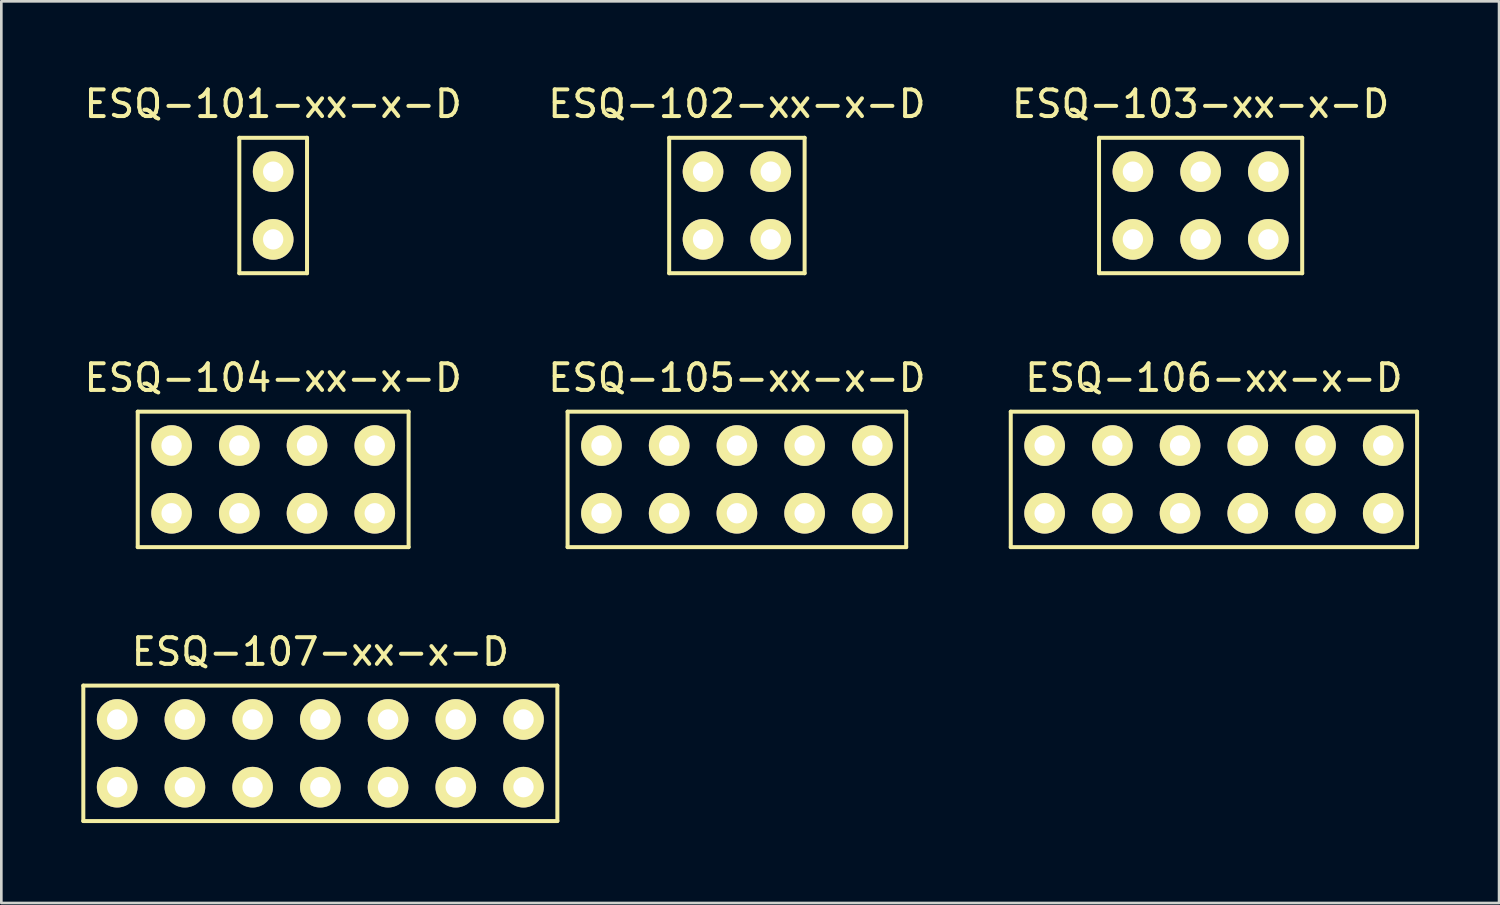
<source format=kicad_pcb>
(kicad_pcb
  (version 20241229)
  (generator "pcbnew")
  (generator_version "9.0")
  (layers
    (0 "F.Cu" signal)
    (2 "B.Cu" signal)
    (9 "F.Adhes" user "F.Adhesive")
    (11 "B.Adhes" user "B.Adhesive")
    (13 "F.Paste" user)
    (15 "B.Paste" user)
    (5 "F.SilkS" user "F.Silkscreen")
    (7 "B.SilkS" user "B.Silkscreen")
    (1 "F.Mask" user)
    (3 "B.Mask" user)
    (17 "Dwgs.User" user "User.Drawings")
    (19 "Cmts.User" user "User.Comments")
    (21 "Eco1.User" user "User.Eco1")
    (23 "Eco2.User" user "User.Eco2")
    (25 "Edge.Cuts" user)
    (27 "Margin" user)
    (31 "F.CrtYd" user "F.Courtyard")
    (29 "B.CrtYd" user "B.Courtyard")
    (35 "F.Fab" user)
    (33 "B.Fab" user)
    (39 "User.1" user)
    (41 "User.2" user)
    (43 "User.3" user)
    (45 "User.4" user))
  (footprint "ESQ-103-xx-x-D"
    (layer "F.Cu")
    (at 41.982 4.658)
    (property "Reference" "ESQ-103-xx-x-D" (at 0 -3.81 0) (layer "F.SilkS") (effects (font (size 1 1) (thickness 0.15))))
    (attr through_hole)
    (fp_line (start -3.81 -2.54) (end 3.81 -2.54) (stroke (width 0.15) (type solid)) (layer "F.SilkS"))
    (fp_line (start -3.81 2.54) (end -3.81 -2.54) (stroke (width 0.15) (type solid)) (layer "F.SilkS"))
    (fp_line (start 3.81 -2.54) (end 3.81 2.54) (stroke (width 0.15) (type solid)) (layer "F.SilkS"))
    (fp_line (start 3.81 2.54) (end -3.81 2.54) (stroke (width 0.15) (type solid)) (layer "F.SilkS"))
    (pad "1" thru_hole circle (at -2.54 -1.27) (size 1.524 1.524) (drill 0.762) (layers "*.Mask" "B.Cu" "F.SilkS"))
    (pad "2" thru_hole circle (at -2.54 1.27) (size 1.524 1.524) (drill 0.762) (layers "*.Mask" "B.Cu" "F.SilkS"))
    (pad "3" thru_hole circle (at 0 -1.27) (size 1.524 1.524) (drill 0.762) (layers "*.Mask" "B.Cu" "F.SilkS"))
    (pad "4" thru_hole circle (at 0 1.27) (size 1.524 1.524) (drill 0.762) (layers "*.Mask" "B.Cu" "F.SilkS"))
    (pad "5" thru_hole circle (at 2.54 -1.27) (size 1.524 1.524) (drill 0.762) (layers "*.Mask" "B.Cu" "F.SilkS"))
    (pad "6" thru_hole circle (at 2.54 1.27) (size 1.524 1.524) (drill 0.762) (layers "*.Mask" "B.Cu" "F.SilkS")))
  (footprint "ESQ-107-xx-x-D"
    (layer "F.Cu")
    (at 8.965 25.205)
    (property "Reference" "ESQ-107-xx-x-D" (at 0 -3.81 0) (layer "F.SilkS") (effects (font (size 1 1) (thickness 0.15))))
    (attr through_hole)
    (fp_line (start -8.89 -2.54) (end 8.89 -2.54) (stroke (width 0.15) (type solid)) (layer "F.SilkS"))
    (fp_line (start -8.89 2.54) (end -8.89 -2.54) (stroke (width 0.15) (type solid)) (layer "F.SilkS"))
    (fp_line (start 8.89 -2.54) (end 8.89 2.54) (stroke (width 0.15) (type solid)) (layer "F.SilkS"))
    (fp_line (start 8.89 2.54) (end -8.89 2.54) (stroke (width 0.15) (type solid)) (layer "F.SilkS"))
    (pad "1" thru_hole circle (at -7.62 -1.27) (size 1.524 1.524) (drill 0.762) (layers "*.Mask" "B.Cu" "F.SilkS"))
    (pad "2" thru_hole circle (at -7.62 1.27) (size 1.524 1.524) (drill 0.762) (layers "*.Mask" "B.Cu" "F.SilkS"))
    (pad "3" thru_hole circle (at -5.08 -1.27) (size 1.524 1.524) (drill 0.762) (layers "*.Mask" "B.Cu" "F.SilkS"))
    (pad "4" thru_hole circle (at -5.08 1.27) (size 1.524 1.524) (drill 0.762) (layers "*.Mask" "B.Cu" "F.SilkS"))
    (pad "5" thru_hole circle (at -2.54 -1.27) (size 1.524 1.524) (drill 0.762) (layers "*.Mask" "B.Cu" "F.SilkS"))
    (pad "6" thru_hole circle (at -2.54 1.27) (size 1.524 1.524) (drill 0.762) (layers "*.Mask" "B.Cu" "F.SilkS"))
    (pad "7" thru_hole circle (at 0 -1.27) (size 1.524 1.524) (drill 0.762) (layers "*.Mask" "B.Cu" "F.SilkS"))
    (pad "8" thru_hole circle (at 0 1.27) (size 1.524 1.524) (drill 0.762) (layers "*.Mask" "B.Cu" "F.SilkS"))
    (pad "9" thru_hole circle (at 2.54 -1.27) (size 1.524 1.524) (drill 0.762) (layers "*.Mask" "B.Cu" "F.SilkS"))
    (pad "10" thru_hole circle (at 2.54 1.27) (size 1.524 1.524) (drill 0.762) (layers "*.Mask" "B.Cu" "F.SilkS"))
    (pad "11" thru_hole circle (at 5.08 -1.27) (size 1.524 1.524) (drill 0.762) (layers "*.Mask" "B.Cu" "F.SilkS"))
    (pad "12" thru_hole circle (at 5.08 1.27) (size 1.524 1.524) (drill 0.762) (layers "*.Mask" "B.Cu" "F.SilkS"))
    (pad "13" thru_hole circle (at 7.62 -1.27) (size 1.524 1.524) (drill 0.762) (layers "*.Mask" "B.Cu" "F.SilkS"))
    (pad "14" thru_hole circle (at 7.62 1.27) (size 1.524 1.524) (drill 0.762) (layers "*.Mask" "B.Cu" "F.SilkS")))
  (footprint "ESQ-106-xx-x-D"
    (layer "F.Cu")
    (at 42.481 14.931)
    (property "Reference" "ESQ-106-xx-x-D" (at 0 -3.81 0) (layer "F.SilkS") (effects (font (size 1 1) (thickness 0.15))))
    (attr through_hole)
    (fp_line (start -7.62 -2.54) (end 7.62 -2.54) (stroke (width 0.15) (type solid)) (layer "F.SilkS"))
    (fp_line (start -7.62 2.54) (end -7.62 -2.54) (stroke (width 0.15) (type solid)) (layer "F.SilkS"))
    (fp_line (start 7.62 -2.54) (end 7.62 2.54) (stroke (width 0.15) (type solid)) (layer "F.SilkS"))
    (fp_line (start 7.62 2.54) (end -7.62 2.54) (stroke (width 0.15) (type solid)) (layer "F.SilkS"))
    (pad "1" thru_hole circle (at -6.35 -1.27) (size 1.524 1.524) (drill 0.762) (layers "*.Mask" "B.Cu" "F.SilkS"))
    (pad "2" thru_hole circle (at -6.35 1.27) (size 1.524 1.524) (drill 0.762) (layers "*.Mask" "B.Cu" "F.SilkS"))
    (pad "3" thru_hole circle (at -3.81 -1.27) (size 1.524 1.524) (drill 0.762) (layers "*.Mask" "B.Cu" "F.SilkS"))
    (pad "4" thru_hole circle (at -3.81 1.27) (size 1.524 1.524) (drill 0.762) (layers "*.Mask" "B.Cu" "F.SilkS"))
    (pad "5" thru_hole circle (at -1.27 -1.27) (size 1.524 1.524) (drill 0.762) (layers "*.Mask" "B.Cu" "F.SilkS"))
    (pad "6" thru_hole circle (at -1.27 1.27) (size 1.524 1.524) (drill 0.762) (layers "*.Mask" "B.Cu" "F.SilkS"))
    (pad "7" thru_hole circle (at 1.27 -1.27) (size 1.524 1.524) (drill 0.762) (layers "*.Mask" "B.Cu" "F.SilkS"))
    (pad "8" thru_hole circle (at 1.27 1.27) (size 1.524 1.524) (drill 0.762) (layers "*.Mask" "B.Cu" "F.SilkS"))
    (pad "9" thru_hole circle (at 3.81 -1.27) (size 1.524 1.524) (drill 0.762) (layers "*.Mask" "B.Cu" "F.SilkS"))
    (pad "10" thru_hole circle (at 3.81 1.27) (size 1.524 1.524) (drill 0.762) (layers "*.Mask" "B.Cu" "F.SilkS"))
    (pad "11" thru_hole circle (at 6.35 -1.27) (size 1.524 1.524) (drill 0.762) (layers "*.Mask" "B.Cu" "F.SilkS"))
    (pad "12" thru_hole circle (at 6.35 1.27) (size 1.524 1.524) (drill 0.762) (layers "*.Mask" "B.Cu" "F.SilkS")))
  (footprint "ESQ-101-xx-x-D"
    (layer "F.Cu")
    (at 7.196 4.658)
    (property "Reference" "ESQ-101-xx-x-D" (at 0 -3.81 0) (layer "F.SilkS") (effects (font (size 1 1) (thickness 0.15))))
    (attr through_hole)
    (fp_line (start -1.27 -2.54) (end 1.27 -2.54) (stroke (width 0.15) (type solid)) (layer "F.SilkS"))
    (fp_line (start -1.27 2.54) (end -1.27 -2.54) (stroke (width 0.15) (type solid)) (layer "F.SilkS"))
    (fp_line (start 1.27 -2.54) (end 1.27 2.54) (stroke (width 0.15) (type solid)) (layer "F.SilkS"))
    (fp_line (start 1.27 2.54) (end -1.27 2.54) (stroke (width 0.15) (type solid)) (layer "F.SilkS"))
    (pad "1" thru_hole circle (at 0 -1.27) (size 1.524 1.524) (drill 0.762) (layers "*.Mask" "B.Cu" "F.SilkS"))
    (pad "2" thru_hole circle (at 0 1.27) (size 1.524 1.524) (drill 0.762) (layers "*.Mask" "B.Cu" "F.SilkS")))
  (footprint "ESQ-105-xx-x-D"
    (layer "F.Cu")
    (at 24.589 14.931)
    (property "Reference" "ESQ-105-xx-x-D" (at 0 -3.81 0) (layer "F.SilkS") (effects (font (size 1 1) (thickness 0.15))))
    (attr through_hole)
    (fp_line (start -6.35 -2.54) (end 6.35 -2.54) (stroke (width 0.15) (type solid)) (layer "F.SilkS"))
    (fp_line (start -6.35 2.54) (end -6.35 -2.54) (stroke (width 0.15) (type solid)) (layer "F.SilkS"))
    (fp_line (start 6.35 -2.54) (end 6.35 2.54) (stroke (width 0.15) (type solid)) (layer "F.SilkS"))
    (fp_line (start 6.35 2.54) (end -6.35 2.54) (stroke (width 0.15) (type solid)) (layer "F.SilkS"))
    (pad "1" thru_hole circle (at -5.08 -1.27) (size 1.524 1.524) (drill 0.762) (layers "*.Mask" "B.Cu" "F.SilkS"))
    (pad "2" thru_hole circle (at -5.08 1.27) (size 1.524 1.524) (drill 0.762) (layers "*.Mask" "B.Cu" "F.SilkS"))
    (pad "3" thru_hole circle (at -2.54 -1.27) (size 1.524 1.524) (drill 0.762) (layers "*.Mask" "B.Cu" "F.SilkS"))
    (pad "4" thru_hole circle (at -2.54 1.27) (size 1.524 1.524) (drill 0.762) (layers "*.Mask" "B.Cu" "F.SilkS"))
    (pad "5" thru_hole circle (at 0 -1.27) (size 1.524 1.524) (drill 0.762) (layers "*.Mask" "B.Cu" "F.SilkS"))
    (pad "6" thru_hole circle (at 0 1.27) (size 1.524 1.524) (drill 0.762) (layers "*.Mask" "B.Cu" "F.SilkS"))
    (pad "7" thru_hole circle (at 2.54 -1.27) (size 1.524 1.524) (drill 0.762) (layers "*.Mask" "B.Cu" "F.SilkS"))
    (pad "8" thru_hole circle (at 2.54 1.27) (size 1.524 1.524) (drill 0.762) (layers "*.Mask" "B.Cu" "F.SilkS"))
    (pad "9" thru_hole circle (at 5.08 -1.27) (size 1.524 1.524) (drill 0.762) (layers "*.Mask" "B.Cu" "F.SilkS"))
    (pad "10" thru_hole circle (at 5.08 1.27) (size 1.524 1.524) (drill 0.762) (layers "*.Mask" "B.Cu" "F.SilkS")))
  (footprint "ESQ-102-xx-x-D"
    (layer "F.Cu")
    (at 24.589 4.658)
    (property "Reference" "ESQ-102-xx-x-D" (at 0 -3.81 0) (layer "F.SilkS") (effects (font (size 1 1) (thickness 0.15))))
    (attr through_hole)
    (fp_line (start -2.54 -2.54) (end 2.54 -2.54) (stroke (width 0.15) (type solid)) (layer "F.SilkS"))
    (fp_line (start -2.54 2.54) (end -2.54 -2.54) (stroke (width 0.15) (type solid)) (layer "F.SilkS"))
    (fp_line (start 2.54 -2.54) (end 2.54 2.54) (stroke (width 0.15) (type solid)) (layer "F.SilkS"))
    (fp_line (start 2.54 2.54) (end -2.54 2.54) (stroke (width 0.15) (type solid)) (layer "F.SilkS"))
    (pad "1" thru_hole circle (at -1.27 -1.27) (size 1.524 1.524) (drill 0.762) (layers "*.Mask" "B.Cu" "F.SilkS"))
    (pad "2" thru_hole circle (at -1.27 1.27) (size 1.524 1.524) (drill 0.762) (layers "*.Mask" "B.Cu" "F.SilkS"))
    (pad "3" thru_hole circle (at 1.27 -1.27) (size 1.524 1.524) (drill 0.762) (layers "*.Mask" "B.Cu" "F.SilkS"))
    (pad "4" thru_hole circle (at 1.27 1.27) (size 1.524 1.524) (drill 0.762) (layers "*.Mask" "B.Cu" "F.SilkS")))
  (footprint "ESQ-104-xx-x-D"
    (layer "F.Cu")
    (at 7.196 14.931)
    (property "Reference" "ESQ-104-xx-x-D" (at 0 -3.81 0) (layer "F.SilkS") (effects (font (size 1 1) (thickness 0.15))))
    (attr through_hole)
    (fp_line (start -5.08 -2.54) (end 5.08 -2.54) (stroke (width 0.15) (type solid)) (layer "F.SilkS"))
    (fp_line (start -5.08 2.54) (end -5.08 -2.54) (stroke (width 0.15) (type solid)) (layer "F.SilkS"))
    (fp_line (start 5.08 -2.54) (end 5.08 2.54) (stroke (width 0.15) (type solid)) (layer "F.SilkS"))
    (fp_line (start 5.08 2.54) (end -5.08 2.54) (stroke (width 0.15) (type solid)) (layer "F.SilkS"))
    (pad "1" thru_hole circle (at -3.81 -1.27) (size 1.524 1.524) (drill 0.762) (layers "*.Mask" "B.Cu" "F.SilkS"))
    (pad "2" thru_hole circle (at -3.81 1.27) (size 1.524 1.524) (drill 0.762) (layers "*.Mask" "B.Cu" "F.SilkS"))
    (pad "3" thru_hole circle (at -1.27 -1.27) (size 1.524 1.524) (drill 0.762) (layers "*.Mask" "B.Cu" "F.SilkS"))
    (pad "4" thru_hole circle (at -1.27 1.27) (size 1.524 1.524) (drill 0.762) (layers "*.Mask" "B.Cu" "F.SilkS"))
    (pad "5" thru_hole circle (at 1.27 -1.27) (size 1.524 1.524) (drill 0.762) (layers "*.Mask" "B.Cu" "F.SilkS"))
    (pad "6" thru_hole circle (at 1.27 1.27) (size 1.524 1.524) (drill 0.762) (layers "*.Mask" "B.Cu" "F.SilkS"))
    (pad "7" thru_hole circle (at 3.81 -1.27) (size 1.524 1.524) (drill 0.762) (layers "*.Mask" "B.Cu" "F.SilkS"))
    (pad "8" thru_hole circle (at 3.81 1.27) (size 1.524 1.524) (drill 0.762) (layers "*.Mask" "B.Cu" "F.SilkS")))
  (gr_rect
    (start -3 -3)
    (end 53.176 30.82)
    (stroke (width 0.1) (type default))
    (fill no)
    (layer "Edge.Cuts")))
</source>
